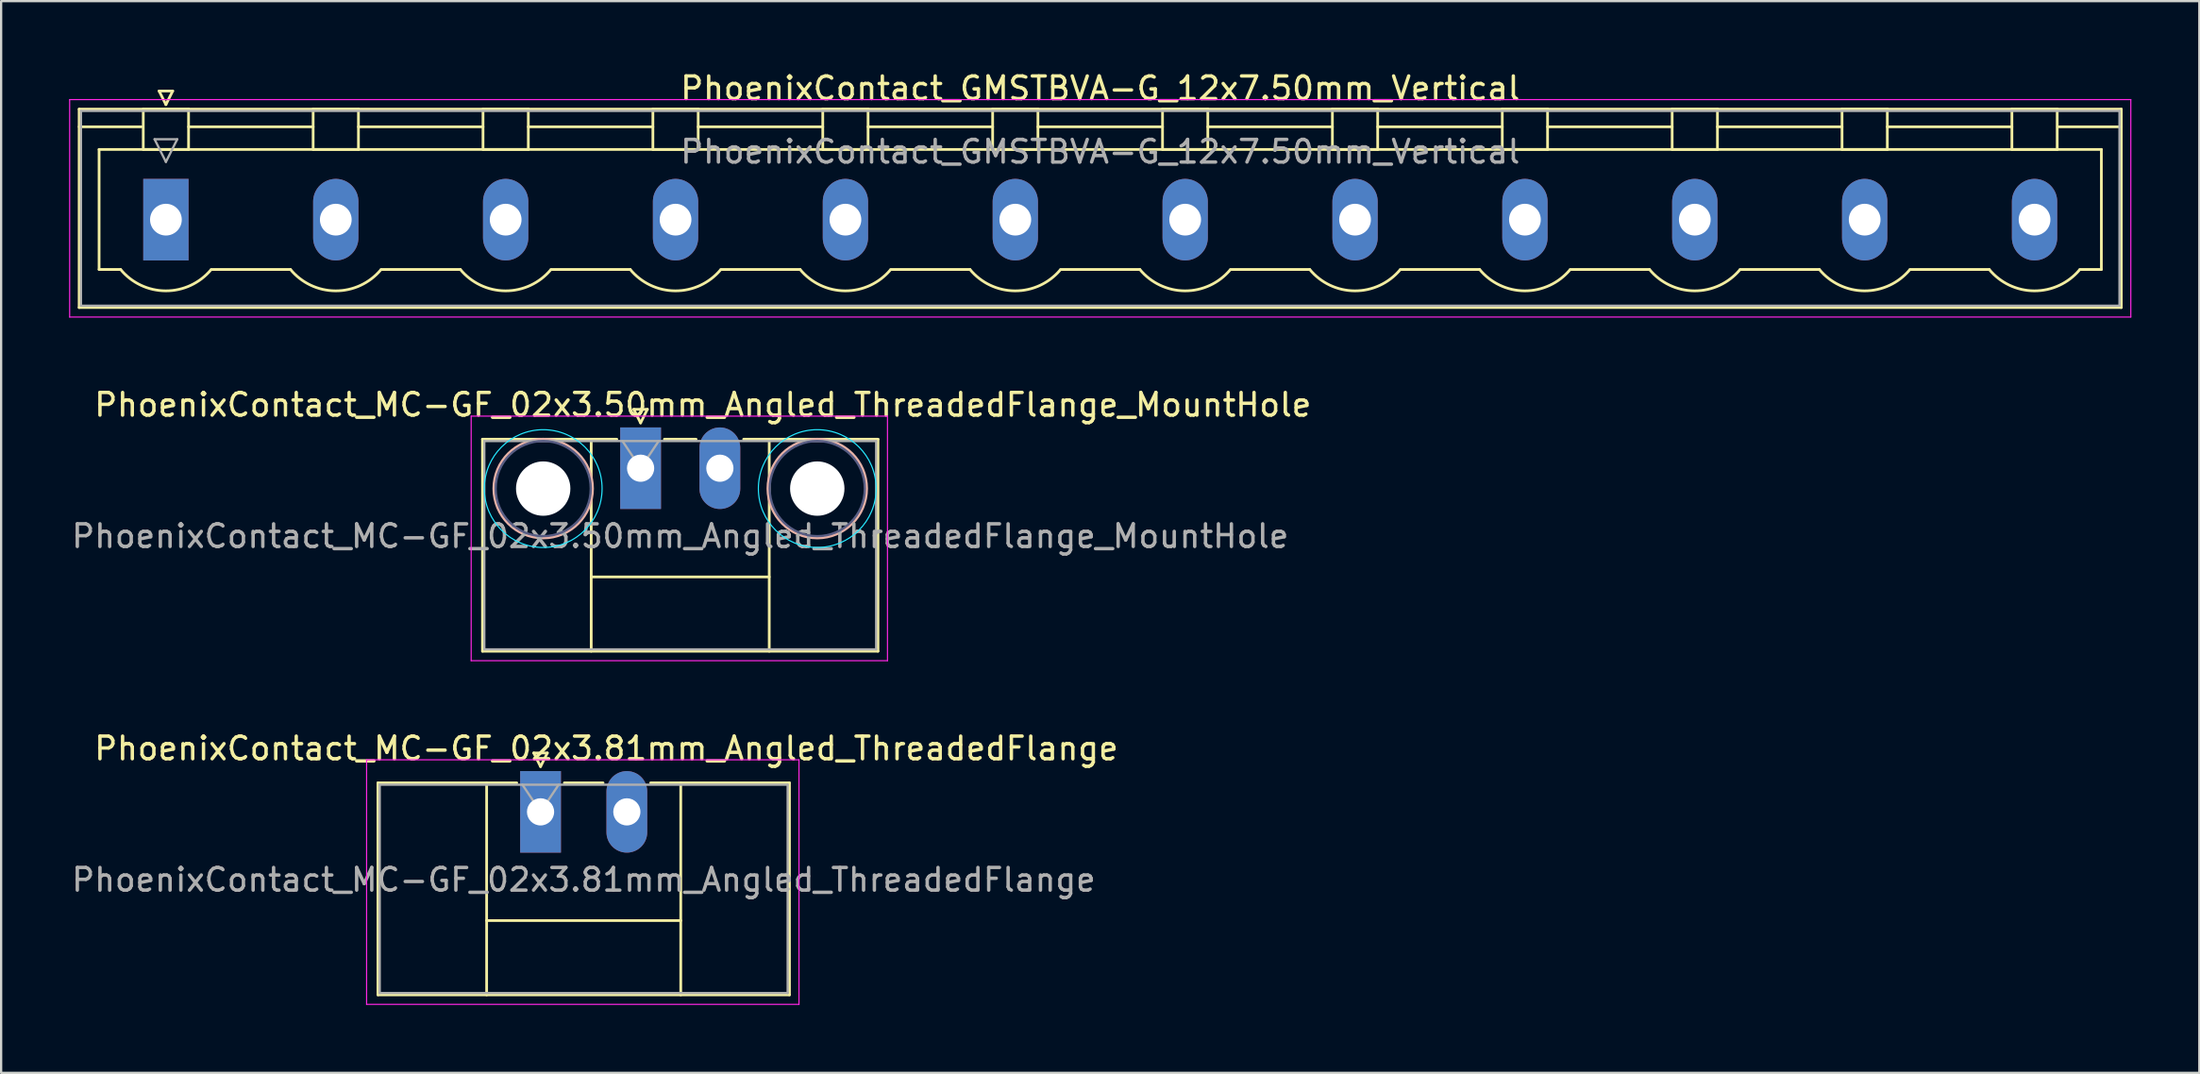
<source format=kicad_pcb>
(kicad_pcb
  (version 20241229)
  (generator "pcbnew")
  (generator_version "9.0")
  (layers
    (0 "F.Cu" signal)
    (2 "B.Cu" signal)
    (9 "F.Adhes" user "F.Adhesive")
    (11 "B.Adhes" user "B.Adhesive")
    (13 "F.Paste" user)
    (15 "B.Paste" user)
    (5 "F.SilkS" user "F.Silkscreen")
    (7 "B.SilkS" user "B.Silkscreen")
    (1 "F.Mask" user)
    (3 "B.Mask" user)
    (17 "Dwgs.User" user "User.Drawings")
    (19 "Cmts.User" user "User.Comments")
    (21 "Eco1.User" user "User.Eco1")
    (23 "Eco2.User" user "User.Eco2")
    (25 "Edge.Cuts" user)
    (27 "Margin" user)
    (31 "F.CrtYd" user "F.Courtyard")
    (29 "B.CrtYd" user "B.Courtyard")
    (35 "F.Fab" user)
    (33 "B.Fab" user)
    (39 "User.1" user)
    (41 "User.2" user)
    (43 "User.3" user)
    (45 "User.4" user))
  (footprint "PhoenixContact_MC-GF_02x3.81mm_Angled_ThreadedFlange"
    (layer "F.Cu")
    (at 20.815 32.795)
    (property "Reference" "PhoenixContact_MC-GF_02x3.81mm_Angled_ThreadedFlange" (at 2.905 -2.8 0) (layer "F.SilkS") (effects (font (size 1 1) (thickness 0.15))))
    (attr through_hole)
    (fp_line (start -7.18 -1.28) (end -7.18 8.08) (stroke (width 0.12) (type solid)) (layer "F.SilkS"))
    (fp_line (start -7.18 -1.28) (end -1.05 -1.28) (stroke (width 0.12) (type solid)) (layer "F.SilkS"))
    (fp_line (start -7.18 8.08) (end 10.99 8.08) (stroke (width 0.12) (type solid)) (layer "F.SilkS"))
    (fp_line (start -2.38 -1.28) (end -2.38 8.08) (stroke (width 0.12) (type solid)) (layer "F.SilkS"))
    (fp_line (start -2.38 4.8) (end 6.19 4.8) (stroke (width 0.12) (type solid)) (layer "F.SilkS"))
    (fp_line (start -0.3 -2.6) (end 0.3 -2.6) (stroke (width 0.12) (type solid)) (layer "F.SilkS"))
    (fp_line (start 0 -2) (end -0.3 -2.6) (stroke (width 0.12) (type solid)) (layer "F.SilkS"))
    (fp_line (start 0.3 -2.6) (end 0 -2) (stroke (width 0.12) (type solid)) (layer "F.SilkS"))
    (fp_line (start 1.05 -1.28) (end 2.76 -1.28) (stroke (width 0.12) (type solid)) (layer "F.SilkS"))
    (fp_line (start 6.19 -1.28) (end 6.19 8.08) (stroke (width 0.12) (type solid)) (layer "F.SilkS"))
    (fp_line (start 10.99 -1.28) (end 4.86 -1.28) (stroke (width 0.12) (type solid)) (layer "F.SilkS"))
    (fp_line (start 10.99 8.08) (end 10.99 -1.28) (stroke (width 0.12) (type solid)) (layer "F.SilkS"))
    (fp_line (start -7.68 -2.3) (end -7.68 8.5) (stroke (width 0.05) (type solid)) (layer "F.CrtYd"))
    (fp_line (start -7.68 8.5) (end 11.41 8.5) (stroke (width 0.05) (type solid)) (layer "F.CrtYd"))
    (fp_line (start 11.41 -2.3) (end -7.68 -2.3) (stroke (width 0.05) (type solid)) (layer "F.CrtYd"))
    (fp_line (start 11.41 8.5) (end 11.41 -2.3) (stroke (width 0.05) (type solid)) (layer "F.CrtYd"))
    (fp_line (start -7.1 -1.2) (end -7.1 8) (stroke (width 0.1) (type solid)) (layer "F.Fab"))
    (fp_line (start -7.1 8) (end 10.91 8) (stroke (width 0.1) (type solid)) (layer "F.Fab"))
    (fp_line (start 0 0) (end -0.8 -1.2) (stroke (width 0.1) (type solid)) (layer "F.Fab"))
    (fp_line (start 0.8 -1.2) (end 0 0) (stroke (width 0.1) (type solid)) (layer "F.Fab"))
    (fp_line (start 10.91 -1.2) (end -7.1 -1.2) (stroke (width 0.1) (type solid)) (layer "F.Fab"))
    (fp_line (start 10.91 8) (end 10.91 -1.2) (stroke (width 0.1) (type solid)) (layer "F.Fab"))
    (fp_text user "${REFERENCE}" (at 1.905 3 0) (layer "F.Fab") (effects (font (size 1 1) (thickness 0.15))))
    (pad "1" thru_hole rect (at 0 0) (size 1.8 3.6) (drill 1.2) (layers "*.Cu" "*.Mask"))
    (pad "2" thru_hole oval (at 3.81 0) (size 1.8 3.6) (drill 1.2) (layers "*.Cu" "*.Mask")))
  (footprint "PhoenixContact_GMSTBVA-G_12x7.50mm_Vertical"
    (layer "F.Cu")
    (at 4.275 6.648)
    (property "Reference" "PhoenixContact_GMSTBVA-G_12x7.50mm_Vertical" (at 41.25 -5.8 0) (layer "F.SilkS") (effects (font (size 1 1) (thickness 0.15))))
    (attr through_hole)
    (fp_line (start -3.83 -4.88) (end -3.83 3.88) (stroke (width 0.12) (type solid)) (layer "F.SilkS"))
    (fp_line (start -3.83 -4.1) (end -1.08 -4.1) (stroke (width 0.12) (type solid)) (layer "F.SilkS"))
    (fp_line (start -3.83 3.88) (end 86.33 3.88) (stroke (width 0.12) (type solid)) (layer "F.SilkS"))
    (fp_line (start -2.95 -3.1) (end 85.45 -3.1) (stroke (width 0.12) (type solid)) (layer "F.SilkS"))
    (fp_line (start -2.95 2.2) (end -2.95 -3.1) (stroke (width 0.12) (type solid)) (layer "F.SilkS"))
    (fp_line (start -2 2.2) (end -2.95 2.2) (stroke (width 0.12) (type solid)) (layer "F.SilkS"))
    (fp_line (start -1 -4.88) (end 1 -4.88) (stroke (width 0.12) (type solid)) (layer "F.SilkS"))
    (fp_line (start -1 -3.1) (end -1 -4.88) (stroke (width 0.12) (type solid)) (layer "F.SilkS"))
    (fp_line (start -0.3 -5.68) (end 0.3 -5.68) (stroke (width 0.12) (type solid)) (layer "F.SilkS"))
    (fp_line (start 0 -5.08) (end -0.3 -5.68) (stroke (width 0.12) (type solid)) (layer "F.SilkS"))
    (fp_line (start 0.3 -5.68) (end 0 -5.08) (stroke (width 0.12) (type solid)) (layer "F.SilkS"))
    (fp_line (start 1 -4.88) (end 1 -3.1) (stroke (width 0.12) (type solid)) (layer "F.SilkS"))
    (fp_line (start 1 -4.1) (end 6.5 -4.1) (stroke (width 0.12) (type solid)) (layer "F.SilkS"))
    (fp_line (start 1 -3.1) (end -1 -3.1) (stroke (width 0.12) (type solid)) (layer "F.SilkS"))
    (fp_line (start 2 2.2) (end 5.5 2.2) (stroke (width 0.12) (type solid)) (layer "F.SilkS"))
    (fp_line (start 6.5 -4.88) (end 8.5 -4.88) (stroke (width 0.12) (type solid)) (layer "F.SilkS"))
    (fp_line (start 6.5 -3.1) (end 6.5 -4.88) (stroke (width 0.12) (type solid)) (layer "F.SilkS"))
    (fp_line (start 8.5 -4.88) (end 8.5 -3.1) (stroke (width 0.12) (type solid)) (layer "F.SilkS"))
    (fp_line (start 8.5 -4.1) (end 14 -4.1) (stroke (width 0.12) (type solid)) (layer "F.SilkS"))
    (fp_line (start 8.5 -3.1) (end 6.5 -3.1) (stroke (width 0.12) (type solid)) (layer "F.SilkS"))
    (fp_line (start 9.5 2.2) (end 13 2.2) (stroke (width 0.12) (type solid)) (layer "F.SilkS"))
    (fp_line (start 14 -4.88) (end 16 -4.88) (stroke (width 0.12) (type solid)) (layer "F.SilkS"))
    (fp_line (start 14 -3.1) (end 14 -4.88) (stroke (width 0.12) (type solid)) (layer "F.SilkS"))
    (fp_line (start 16 -4.88) (end 16 -3.1) (stroke (width 0.12) (type solid)) (layer "F.SilkS"))
    (fp_line (start 16 -4.1) (end 21.5 -4.1) (stroke (width 0.12) (type solid)) (layer "F.SilkS"))
    (fp_line (start 16 -3.1) (end 14 -3.1) (stroke (width 0.12) (type solid)) (layer "F.SilkS"))
    (fp_line (start 17 2.2) (end 20.5 2.2) (stroke (width 0.12) (type solid)) (layer "F.SilkS"))
    (fp_line (start 21.5 -4.88) (end 23.5 -4.88) (stroke (width 0.12) (type solid)) (layer "F.SilkS"))
    (fp_line (start 21.5 -3.1) (end 21.5 -4.88) (stroke (width 0.12) (type solid)) (layer "F.SilkS"))
    (fp_line (start 23.5 -4.88) (end 23.5 -3.1) (stroke (width 0.12) (type solid)) (layer "F.SilkS"))
    (fp_line (start 23.5 -4.1) (end 29 -4.1) (stroke (width 0.12) (type solid)) (layer "F.SilkS"))
    (fp_line (start 23.5 -3.1) (end 21.5 -3.1) (stroke (width 0.12) (type solid)) (layer "F.SilkS"))
    (fp_line (start 24.5 2.2) (end 28 2.2) (stroke (width 0.12) (type solid)) (layer "F.SilkS"))
    (fp_line (start 29 -4.88) (end 31 -4.88) (stroke (width 0.12) (type solid)) (layer "F.SilkS"))
    (fp_line (start 29 -3.1) (end 29 -4.88) (stroke (width 0.12) (type solid)) (layer "F.SilkS"))
    (fp_line (start 31 -4.88) (end 31 -3.1) (stroke (width 0.12) (type solid)) (layer "F.SilkS"))
    (fp_line (start 31 -4.1) (end 36.5 -4.1) (stroke (width 0.12) (type solid)) (layer "F.SilkS"))
    (fp_line (start 31 -3.1) (end 29 -3.1) (stroke (width 0.12) (type solid)) (layer "F.SilkS"))
    (fp_line (start 32 2.2) (end 35.5 2.2) (stroke (width 0.12) (type solid)) (layer "F.SilkS"))
    (fp_line (start 36.5 -4.88) (end 38.5 -4.88) (stroke (width 0.12) (type solid)) (layer "F.SilkS"))
    (fp_line (start 36.5 -3.1) (end 36.5 -4.88) (stroke (width 0.12) (type solid)) (layer "F.SilkS"))
    (fp_line (start 38.5 -4.88) (end 38.5 -3.1) (stroke (width 0.12) (type solid)) (layer "F.SilkS"))
    (fp_line (start 38.5 -4.1) (end 44 -4.1) (stroke (width 0.12) (type solid)) (layer "F.SilkS"))
    (fp_line (start 38.5 -3.1) (end 36.5 -3.1) (stroke (width 0.12) (type solid)) (layer "F.SilkS"))
    (fp_line (start 39.5 2.2) (end 43 2.2) (stroke (width 0.12) (type solid)) (layer "F.SilkS"))
    (fp_line (start 44 -4.88) (end 46 -4.88) (stroke (width 0.12) (type solid)) (layer "F.SilkS"))
    (fp_line (start 44 -3.1) (end 44 -4.88) (stroke (width 0.12) (type solid)) (layer "F.SilkS"))
    (fp_line (start 46 -4.88) (end 46 -3.1) (stroke (width 0.12) (type solid)) (layer "F.SilkS"))
    (fp_line (start 46 -4.1) (end 51.5 -4.1) (stroke (width 0.12) (type solid)) (layer "F.SilkS"))
    (fp_line (start 46 -3.1) (end 44 -3.1) (stroke (width 0.12) (type solid)) (layer "F.SilkS"))
    (fp_line (start 47 2.2) (end 50.5 2.2) (stroke (width 0.12) (type solid)) (layer "F.SilkS"))
    (fp_line (start 51.5 -4.88) (end 53.5 -4.88) (stroke (width 0.12) (type solid)) (layer "F.SilkS"))
    (fp_line (start 51.5 -3.1) (end 51.5 -4.88) (stroke (width 0.12) (type solid)) (layer "F.SilkS"))
    (fp_line (start 53.5 -4.88) (end 53.5 -3.1) (stroke (width 0.12) (type solid)) (layer "F.SilkS"))
    (fp_line (start 53.5 -4.1) (end 59 -4.1) (stroke (width 0.12) (type solid)) (layer "F.SilkS"))
    (fp_line (start 53.5 -3.1) (end 51.5 -3.1) (stroke (width 0.12) (type solid)) (layer "F.SilkS"))
    (fp_line (start 54.5 2.2) (end 58 2.2) (stroke (width 0.12) (type solid)) (layer "F.SilkS"))
    (fp_line (start 59 -4.88) (end 61 -4.88) (stroke (width 0.12) (type solid)) (layer "F.SilkS"))
    (fp_line (start 59 -3.1) (end 59 -4.88) (stroke (width 0.12) (type solid)) (layer "F.SilkS"))
    (fp_line (start 61 -4.88) (end 61 -3.1) (stroke (width 0.12) (type solid)) (layer "F.SilkS"))
    (fp_line (start 61 -4.1) (end 66.5 -4.1) (stroke (width 0.12) (type solid)) (layer "F.SilkS"))
    (fp_line (start 61 -3.1) (end 59 -3.1) (stroke (width 0.12) (type solid)) (layer "F.SilkS"))
    (fp_line (start 62 2.2) (end 65.5 2.2) (stroke (width 0.12) (type solid)) (layer "F.SilkS"))
    (fp_line (start 66.5 -4.88) (end 68.5 -4.88) (stroke (width 0.12) (type solid)) (layer "F.SilkS"))
    (fp_line (start 66.5 -3.1) (end 66.5 -4.88) (stroke (width 0.12) (type solid)) (layer "F.SilkS"))
    (fp_line (start 68.5 -4.88) (end 68.5 -3.1) (stroke (width 0.12) (type solid)) (layer "F.SilkS"))
    (fp_line (start 68.5 -4.1) (end 74 -4.1) (stroke (width 0.12) (type solid)) (layer "F.SilkS"))
    (fp_line (start 68.5 -3.1) (end 66.5 -3.1) (stroke (width 0.12) (type solid)) (layer "F.SilkS"))
    (fp_line (start 69.5 2.2) (end 73 2.2) (stroke (width 0.12) (type solid)) (layer "F.SilkS"))
    (fp_line (start 74 -4.88) (end 76 -4.88) (stroke (width 0.12) (type solid)) (layer "F.SilkS"))
    (fp_line (start 74 -3.1) (end 74 -4.88) (stroke (width 0.12) (type solid)) (layer "F.SilkS"))
    (fp_line (start 76 -4.88) (end 76 -3.1) (stroke (width 0.12) (type solid)) (layer "F.SilkS"))
    (fp_line (start 76 -4.1) (end 81.5 -4.1) (stroke (width 0.12) (type solid)) (layer "F.SilkS"))
    (fp_line (start 76 -3.1) (end 74 -3.1) (stroke (width 0.12) (type solid)) (layer "F.SilkS"))
    (fp_line (start 77 2.2) (end 80.5 2.2) (stroke (width 0.12) (type solid)) (layer "F.SilkS"))
    (fp_line (start 81.5 -4.88) (end 83.5 -4.88) (stroke (width 0.12) (type solid)) (layer "F.SilkS"))
    (fp_line (start 81.5 -3.1) (end 81.5 -4.88) (stroke (width 0.12) (type solid)) (layer "F.SilkS"))
    (fp_line (start 83.5 -4.88) (end 83.5 -3.1) (stroke (width 0.12) (type solid)) (layer "F.SilkS"))
    (fp_line (start 83.5 -3.1) (end 81.5 -3.1) (stroke (width 0.12) (type solid)) (layer "F.SilkS"))
    (fp_line (start 85.45 -3.1) (end 85.45 2.2) (stroke (width 0.12) (type solid)) (layer "F.SilkS"))
    (fp_line (start 85.45 2.2) (end 84.5 2.2) (stroke (width 0.12) (type solid)) (layer "F.SilkS"))
    (fp_line (start 86.33 -4.88) (end -3.83 -4.88) (stroke (width 0.12) (type solid)) (layer "F.SilkS"))
    (fp_line (start 86.33 -4.1) (end 83.58 -4.1) (stroke (width 0.12) (type solid)) (layer "F.SilkS"))
    (fp_line (start 86.33 3.88) (end 86.33 -4.88) (stroke (width 0.12) (type solid)) (layer "F.SilkS"))
    (fp_arc (start 1.986842 2.215821) (mid -0.010289 3.142758) (end -2 2.2) (stroke (width 0.12) (type solid)) (layer "F.SilkS"))
    (fp_arc (start 9.486842 2.215821) (mid 7.489711 3.142758) (end 5.5 2.2) (stroke (width 0.12) (type solid)) (layer "F.SilkS"))
    (fp_arc (start 16.986842 2.215821) (mid 14.989711 3.142758) (end 13 2.2) (stroke (width 0.12) (type solid)) (layer "F.SilkS"))
    (fp_arc (start 24.486842 2.215821) (mid 22.489711 3.142758) (end 20.5 2.2) (stroke (width 0.12) (type solid)) (layer "F.SilkS"))
    (fp_arc (start 31.986842 2.215821) (mid 29.989711 3.142758) (end 28 2.2) (stroke (width 0.12) (type solid)) (layer "F.SilkS"))
    (fp_arc (start 39.486842 2.215821) (mid 37.489711 3.142758) (end 35.5 2.2) (stroke (width 0.12) (type solid)) (layer "F.SilkS"))
    (fp_arc (start 46.986842 2.215821) (mid 44.989711 3.142758) (end 43 2.2) (stroke (width 0.12) (type solid)) (layer "F.SilkS"))
    (fp_arc (start 54.486842 2.215821) (mid 52.489711 3.142758) (end 50.5 2.2) (stroke (width 0.12) (type solid)) (layer "F.SilkS"))
    (fp_arc (start 61.986842 2.215821) (mid 59.989711 3.142758) (end 58 2.2) (stroke (width 0.12) (type solid)) (layer "F.SilkS"))
    (fp_arc (start 69.486842 2.215821) (mid 67.489711 3.142758) (end 65.5 2.2) (stroke (width 0.12) (type solid)) (layer "F.SilkS"))
    (fp_arc (start 76.986842 2.215821) (mid 74.989711 3.142758) (end 73 2.2) (stroke (width 0.12) (type solid)) (layer "F.SilkS"))
    (fp_arc (start 84.486842 2.215821) (mid 82.489711 3.142758) (end 80.5 2.2) (stroke (width 0.12) (type solid)) (layer "F.SilkS"))
    (fp_line (start -4.25 -5.3) (end -4.25 4.3) (stroke (width 0.05) (type solid)) (layer "F.CrtYd"))
    (fp_line (start -4.25 4.3) (end 86.75 4.3) (stroke (width 0.05) (type solid)) (layer "F.CrtYd"))
    (fp_line (start 86.75 -5.3) (end -4.25 -5.3) (stroke (width 0.05) (type solid)) (layer "F.CrtYd"))
    (fp_line (start 86.75 4.3) (end 86.75 -5.3) (stroke (width 0.05) (type solid)) (layer "F.CrtYd"))
    (fp_line (start -3.75 -4.8) (end -3.75 3.8) (stroke (width 0.1) (type solid)) (layer "F.Fab"))
    (fp_line (start -3.75 3.8) (end 86.25 3.8) (stroke (width 0.1) (type solid)) (layer "F.Fab"))
    (fp_line (start -0.5 -3.55) (end 0.5 -3.55) (stroke (width 0.1) (type solid)) (layer "F.Fab"))
    (fp_line (start 0 -2.55) (end -0.5 -3.55) (stroke (width 0.1) (type solid)) (layer "F.Fab"))
    (fp_line (start 0.5 -3.55) (end 0 -2.55) (stroke (width 0.1) (type solid)) (layer "F.Fab"))
    (fp_line (start 86.25 -4.8) (end -3.75 -4.8) (stroke (width 0.1) (type solid)) (layer "F.Fab"))
    (fp_line (start 86.25 3.8) (end 86.25 -4.8) (stroke (width 0.1) (type solid)) (layer "F.Fab"))
    (fp_text user "${REFERENCE}" (at 41.25 -3 0) (layer "F.Fab") (effects (font (size 1 1) (thickness 0.15))))
    (pad "1" thru_hole rect (at 0 0) (size 2 3.6) (drill 1.4) (layers "*.Cu" "*.Mask"))
    (pad "2" thru_hole oval (at 7.5 0) (size 2 3.6) (drill 1.4) (layers "*.Cu" "*.Mask"))
    (pad "3" thru_hole oval (at 15 0) (size 2 3.6) (drill 1.4) (layers "*.Cu" "*.Mask"))
    (pad "4" thru_hole oval (at 22.5 0) (size 2 3.6) (drill 1.4) (layers "*.Cu" "*.Mask"))
    (pad "5" thru_hole oval (at 30 0) (size 2 3.6) (drill 1.4) (layers "*.Cu" "*.Mask"))
    (pad "6" thru_hole oval (at 37.5 0) (size 2 3.6) (drill 1.4) (layers "*.Cu" "*.Mask"))
    (pad "7" thru_hole oval (at 45 0) (size 2 3.6) (drill 1.4) (layers "*.Cu" "*.Mask"))
    (pad "8" thru_hole oval (at 52.5 0) (size 2 3.6) (drill 1.4) (layers "*.Cu" "*.Mask"))
    (pad "9" thru_hole oval (at 60 0) (size 2 3.6) (drill 1.4) (layers "*.Cu" "*.Mask"))
    (pad "10" thru_hole oval (at 67.5 0) (size 2 3.6) (drill 1.4) (layers "*.Cu" "*.Mask"))
    (pad "11" thru_hole oval (at 75 0) (size 2 3.6) (drill 1.4) (layers "*.Cu" "*.Mask"))
    (pad "12" thru_hole oval (at 82.5 0) (size 2 3.6) (drill 1.4) (layers "*.Cu" "*.Mask")))
  (footprint "PhoenixContact_MC-GF_02x3.50mm_Angled_ThreadedFlange_MountHole"
    (layer "F.Cu")
    (at 25.232 17.622)
    (property "Reference" "PhoenixContact_MC-GF_02x3.50mm_Angled_ThreadedFlange_MountHole" (at 2.75 -2.8 0) (layer "F.SilkS") (effects (font (size 1 1) (thickness 0.15))))
    (attr through_hole)
    (fp_line (start -6.98 -1.28) (end -6.98 8.08) (stroke (width 0.12) (type solid)) (layer "F.SilkS"))
    (fp_line (start -6.98 -1.28) (end -1.05 -1.28) (stroke (width 0.12) (type solid)) (layer "F.SilkS"))
    (fp_line (start -6.98 8.08) (end 10.48 8.08) (stroke (width 0.12) (type solid)) (layer "F.SilkS"))
    (fp_line (start -2.18 -1.28) (end -2.18 8.08) (stroke (width 0.12) (type solid)) (layer "F.SilkS"))
    (fp_line (start -2.18 4.8) (end 5.68 4.8) (stroke (width 0.12) (type solid)) (layer "F.SilkS"))
    (fp_line (start -0.3 -2.6) (end 0.3 -2.6) (stroke (width 0.12) (type solid)) (layer "F.SilkS"))
    (fp_line (start 0 -2) (end -0.3 -2.6) (stroke (width 0.12) (type solid)) (layer "F.SilkS"))
    (fp_line (start 0.3 -2.6) (end 0 -2) (stroke (width 0.12) (type solid)) (layer "F.SilkS"))
    (fp_line (start 1.05 -1.28) (end 2.45 -1.28) (stroke (width 0.12) (type solid)) (layer "F.SilkS"))
    (fp_line (start 5.68 -1.28) (end 5.68 8.08) (stroke (width 0.12) (type solid)) (layer "F.SilkS"))
    (fp_line (start 10.48 -1.28) (end 4.55 -1.28) (stroke (width 0.12) (type solid)) (layer "F.SilkS"))
    (fp_line (start 10.48 8.08) (end 10.48 -1.28) (stroke (width 0.12) (type solid)) (layer "F.SilkS"))
    (fp_circle (center -4.3 0.9) (end -2.12 0.9) (stroke (width 0.12) (type solid)) (fill no) (layer "B.SilkS"))
    (fp_circle (center 7.8 0.9) (end 9.98 0.9) (stroke (width 0.12) (type solid)) (fill no) (layer "B.SilkS"))
    (fp_circle (center -4.3 0.9) (end -1.7 0.9) (stroke (width 0.05) (type solid)) (fill no) (layer "B.CrtYd"))
    (fp_circle (center 7.8 0.9) (end 10.4 0.9) (stroke (width 0.05) (type solid)) (fill no) (layer "B.CrtYd"))
    (fp_line (start -7.48 -2.3) (end -7.48 8.5) (stroke (width 0.05) (type solid)) (layer "F.CrtYd"))
    (fp_line (start -7.48 8.5) (end 10.9 8.5) (stroke (width 0.05) (type solid)) (layer "F.CrtYd"))
    (fp_line (start 10.9 -2.3) (end -7.48 -2.3) (stroke (width 0.05) (type solid)) (layer "F.CrtYd"))
    (fp_line (start 10.9 8.5) (end 10.9 -2.3) (stroke (width 0.05) (type solid)) (layer "F.CrtYd"))
    (fp_circle (center -4.3 0.9) (end -2.2 0.9) (stroke (width 0.1) (type solid)) (fill no) (layer "B.Fab"))
    (fp_circle (center 7.8 0.9) (end 9.9 0.9) (stroke (width 0.1) (type solid)) (fill no) (layer "B.Fab"))
    (fp_line (start -6.9 -1.2) (end -6.9 8) (stroke (width 0.1) (type solid)) (layer "F.Fab"))
    (fp_line (start -6.9 8) (end 10.4 8) (stroke (width 0.1) (type solid)) (layer "F.Fab"))
    (fp_line (start 0 0) (end -0.8 -1.2) (stroke (width 0.1) (type solid)) (layer "F.Fab"))
    (fp_line (start 0.8 -1.2) (end 0 0) (stroke (width 0.1) (type solid)) (layer "F.Fab"))
    (fp_line (start 10.4 -1.2) (end -6.9 -1.2) (stroke (width 0.1) (type solid)) (layer "F.Fab"))
    (fp_line (start 10.4 8) (end 10.4 -1.2) (stroke (width 0.1) (type solid)) (layer "F.Fab"))
    (fp_text user "${REFERENCE}" (at 1.75 3 0) (layer "F.Fab") (effects (font (size 1 1) (thickness 0.15))))
    (pad "" np_thru_hole circle (at -4.3 0.9) (size 2.4 2.4) (drill 2.4) (layers "*.Cu" "*.Mask"))
    (pad "" np_thru_hole circle (at 7.8 0.9) (size 2.4 2.4) (drill 2.4) (layers "*.Cu" "*.Mask"))
    (pad "1" thru_hole rect (at 0 0) (size 1.8 3.6) (drill 1.2) (layers "*.Cu" "*.Mask"))
    (pad "2" thru_hole oval (at 3.5 0) (size 1.8 3.6) (drill 1.2) (layers "*.Cu" "*.Mask")))
  (gr_rect
    (start -3 -3)
    (end 94.05 44.32)
    (stroke (width 0.1) (type default))
    (fill no)
    (layer "Edge.Cuts")))
</source>
